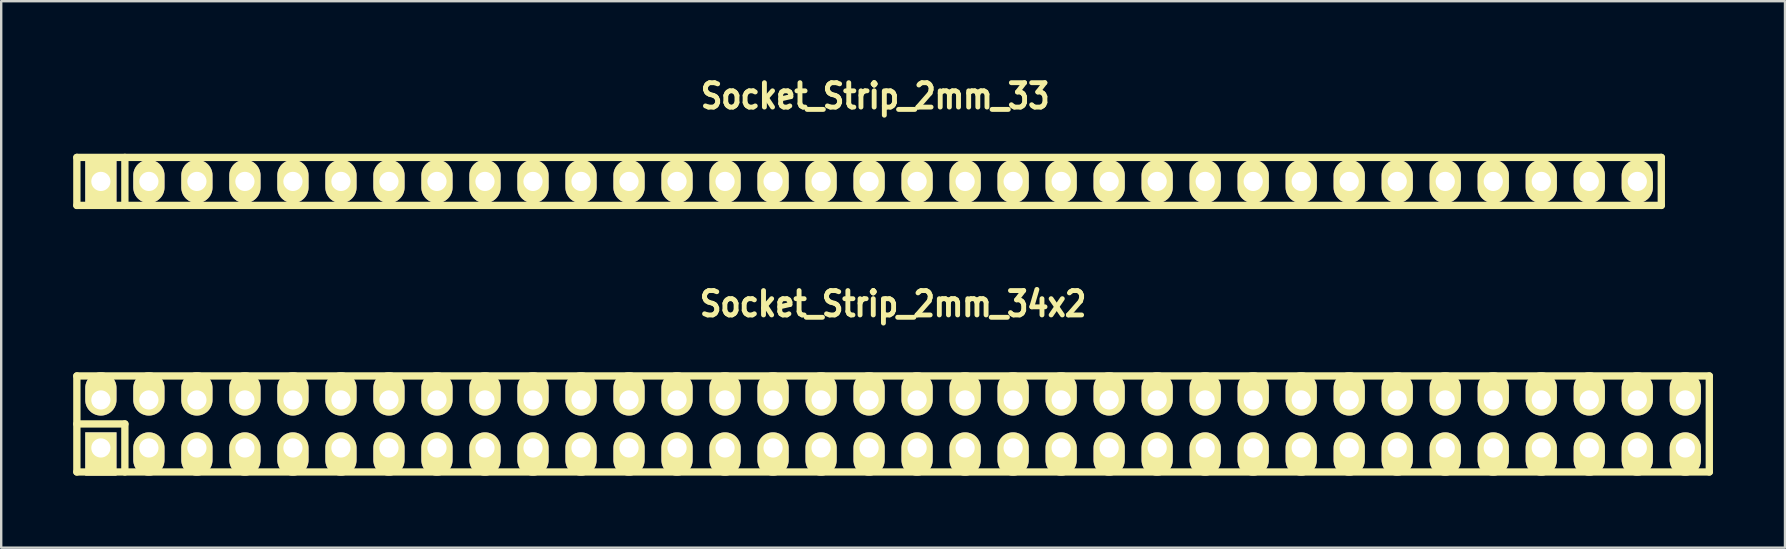
<source format=kicad_pcb>
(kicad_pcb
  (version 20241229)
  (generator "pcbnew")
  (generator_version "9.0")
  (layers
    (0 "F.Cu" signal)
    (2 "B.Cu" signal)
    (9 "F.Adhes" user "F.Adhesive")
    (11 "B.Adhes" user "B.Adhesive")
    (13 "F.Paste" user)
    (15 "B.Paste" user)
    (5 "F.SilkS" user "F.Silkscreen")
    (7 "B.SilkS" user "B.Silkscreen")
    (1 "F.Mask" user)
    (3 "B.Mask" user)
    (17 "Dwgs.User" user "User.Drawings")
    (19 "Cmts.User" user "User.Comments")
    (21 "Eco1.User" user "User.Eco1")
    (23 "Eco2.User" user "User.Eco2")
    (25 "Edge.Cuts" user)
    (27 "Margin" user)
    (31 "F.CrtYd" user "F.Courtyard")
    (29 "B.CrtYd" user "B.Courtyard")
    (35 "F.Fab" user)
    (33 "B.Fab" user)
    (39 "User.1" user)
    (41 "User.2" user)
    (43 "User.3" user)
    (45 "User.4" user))
  (footprint "Socket_Strip_2mm_34x2"
    (layer "F.Cu")
    (at 34.152 14.61)
    (property "Reference" "Socket_Strip_2mm_34x2" (at 0 -5 0) (layer "F.SilkS") (effects (font (size 1.016 0.889) (thickness 0.203))))
    (attr through_hole)
    (fp_line (start -34 -2) (end 34 -2) (stroke (width 0.305) (type solid)) (layer "F.SilkS"))
    (fp_line (start -34 0) (end -32 0) (stroke (width 0.305) (type solid)) (layer "F.SilkS"))
    (fp_line (start -34 2) (end -34 -2) (stroke (width 0.305) (type solid)) (layer "F.SilkS"))
    (fp_line (start -32 0) (end -32 2) (stroke (width 0.305) (type solid)) (layer "F.SilkS"))
    (fp_line (start 34 -2) (end 34 2) (stroke (width 0.305) (type solid)) (layer "F.SilkS"))
    (fp_line (start 34 2) (end -34 2) (stroke (width 0.305) (type solid)) (layer "F.SilkS"))
    (pad "1" thru_hole rect (at -33 1) (size 1.3 1.8) (drill 0.8 (offset 0 0.25)) (layers "*.Cu" "*.Mask" "F.SilkS"))
    (pad "2" thru_hole oval (at -33 -1) (size 1.3 1.8) (drill 0.8 (offset 0 -0.25)) (layers "*.Cu" "*.Mask" "F.SilkS"))
    (pad "3" thru_hole oval (at -31 1) (size 1.3 1.8) (drill 0.8 (offset 0 0.25)) (layers "*.Cu" "*.Mask" "F.SilkS"))
    (pad "4" thru_hole oval (at -31 -1) (size 1.3 1.8) (drill 0.8 (offset 0 -0.25)) (layers "*.Cu" "*.Mask" "F.SilkS"))
    (pad "5" thru_hole oval (at -29 1) (size 1.3 1.8) (drill 0.8 (offset 0 0.25)) (layers "*.Cu" "*.Mask" "F.SilkS"))
    (pad "6" thru_hole oval (at -29 -1) (size 1.3 1.8) (drill 0.8 (offset 0 -0.25)) (layers "*.Cu" "*.Mask" "F.SilkS"))
    (pad "7" thru_hole oval (at -27 1) (size 1.3 1.8) (drill 0.8 (offset 0 0.25)) (layers "*.Cu" "*.Mask" "F.SilkS"))
    (pad "8" thru_hole oval (at -27 -1) (size 1.3 1.8) (drill 0.8 (offset 0 -0.25)) (layers "*.Cu" "*.Mask" "F.SilkS"))
    (pad "9" thru_hole oval (at -25 1) (size 1.3 1.8) (drill 0.8 (offset 0 0.25)) (layers "*.Cu" "*.Mask" "F.SilkS"))
    (pad "10" thru_hole oval (at -25 -1) (size 1.3 1.8) (drill 0.8 (offset 0 -0.25)) (layers "*.Cu" "*.Mask" "F.SilkS"))
    (pad "11" thru_hole oval (at -23 1) (size 1.3 1.8) (drill 0.8 (offset 0 0.25)) (layers "*.Cu" "*.Mask" "F.SilkS"))
    (pad "12" thru_hole oval (at -23 -1) (size 1.3 1.8) (drill 0.8 (offset 0 -0.25)) (layers "*.Cu" "*.Mask" "F.SilkS"))
    (pad "13" thru_hole oval (at -21 1) (size 1.3 1.8) (drill 0.8 (offset 0 0.25)) (layers "*.Cu" "*.Mask" "F.SilkS"))
    (pad "14" thru_hole oval (at -21 -1) (size 1.3 1.8) (drill 0.8 (offset 0 -0.25)) (layers "*.Cu" "*.Mask" "F.SilkS"))
    (pad "15" thru_hole oval (at -19 1) (size 1.3 1.8) (drill 0.8 (offset 0 0.25)) (layers "*.Cu" "*.Mask" "F.SilkS"))
    (pad "16" thru_hole oval (at -19 -1) (size 1.3 1.8) (drill 0.8 (offset 0 -0.25)) (layers "*.Cu" "*.Mask" "F.SilkS"))
    (pad "17" thru_hole oval (at -17 1) (size 1.3 1.8) (drill 0.8 (offset 0 0.25)) (layers "*.Cu" "*.Mask" "F.SilkS"))
    (pad "18" thru_hole oval (at -17 -1) (size 1.3 1.8) (drill 0.8 (offset 0 -0.25)) (layers "*.Cu" "*.Mask" "F.SilkS"))
    (pad "19" thru_hole oval (at -15 1) (size 1.3 1.8) (drill 0.8 (offset 0 0.25)) (layers "*.Cu" "*.Mask" "F.SilkS"))
    (pad "20" thru_hole oval (at -15 -1) (size 1.3 1.8) (drill 0.8 (offset 0 -0.25)) (layers "*.Cu" "*.Mask" "F.SilkS"))
    (pad "21" thru_hole oval (at -13 1) (size 1.3 1.8) (drill 0.8 (offset 0 0.25)) (layers "*.Cu" "*.Mask" "F.SilkS"))
    (pad "22" thru_hole oval (at -13 -1) (size 1.3 1.8) (drill 0.8 (offset 0 -0.25)) (layers "*.Cu" "*.Mask" "F.SilkS"))
    (pad "23" thru_hole oval (at -11 1) (size 1.3 1.8) (drill 0.8 (offset 0 0.25)) (layers "*.Cu" "*.Mask" "F.SilkS"))
    (pad "24" thru_hole oval (at -11 -1) (size 1.3 1.8) (drill 0.8 (offset 0 -0.25)) (layers "*.Cu" "*.Mask" "F.SilkS"))
    (pad "25" thru_hole oval (at -9 1) (size 1.3 1.8) (drill 0.8 (offset 0 0.25)) (layers "*.Cu" "*.Mask" "F.SilkS"))
    (pad "26" thru_hole oval (at -9 -1) (size 1.3 1.8) (drill 0.8 (offset 0 -0.25)) (layers "*.Cu" "*.Mask" "F.SilkS"))
    (pad "27" thru_hole oval (at -7 1) (size 1.3 1.8) (drill 0.8 (offset 0 0.25)) (layers "*.Cu" "*.Mask" "F.SilkS"))
    (pad "28" thru_hole oval (at -7 -1) (size 1.3 1.8) (drill 0.8 (offset 0 -0.25)) (layers "*.Cu" "*.Mask" "F.SilkS"))
    (pad "29" thru_hole oval (at -5 1) (size 1.3 1.8) (drill 0.8 (offset 0 0.25)) (layers "*.Cu" "*.Mask" "F.SilkS"))
    (pad "30" thru_hole oval (at -5 -1) (size 1.3 1.8) (drill 0.8 (offset 0 -0.25)) (layers "*.Cu" "*.Mask" "F.SilkS"))
    (pad "31" thru_hole oval (at -3 1) (size 1.3 1.8) (drill 0.8 (offset 0 0.25)) (layers "*.Cu" "*.Mask" "F.SilkS"))
    (pad "32" thru_hole oval (at -3 -1) (size 1.3 1.8) (drill 0.8 (offset 0 -0.25)) (layers "*.Cu" "*.Mask" "F.SilkS"))
    (pad "33" thru_hole oval (at -1 1) (size 1.3 1.8) (drill 0.8 (offset 0 0.25)) (layers "*.Cu" "*.Mask" "F.SilkS"))
    (pad "34" thru_hole oval (at -1 -1) (size 1.3 1.8) (drill 0.8 (offset 0 -0.25)) (layers "*.Cu" "*.Mask" "F.SilkS"))
    (pad "35" thru_hole oval (at 1 1) (size 1.3 1.8) (drill 0.8 (offset 0 0.25)) (layers "*.Cu" "*.Mask" "F.SilkS"))
    (pad "36" thru_hole oval (at 1 -1) (size 1.3 1.8) (drill 0.8 (offset 0 -0.25)) (layers "*.Cu" "*.Mask" "F.SilkS"))
    (pad "37" thru_hole oval (at 3 1) (size 1.3 1.8) (drill 0.8 (offset 0 0.25)) (layers "*.Cu" "*.Mask" "F.SilkS"))
    (pad "38" thru_hole oval (at 3 -1) (size 1.3 1.8) (drill 0.8 (offset 0 -0.25)) (layers "*.Cu" "*.Mask" "F.SilkS"))
    (pad "39" thru_hole oval (at 5 1) (size 1.3 1.8) (drill 0.8 (offset 0 0.25)) (layers "*.Cu" "*.Mask" "F.SilkS"))
    (pad "40" thru_hole oval (at 5 -1) (size 1.3 1.8) (drill 0.8 (offset 0 -0.25)) (layers "*.Cu" "*.Mask" "F.SilkS"))
    (pad "41" thru_hole oval (at 7 1) (size 1.3 1.8) (drill 0.8 (offset 0 0.25)) (layers "*.Cu" "*.Mask" "F.SilkS"))
    (pad "42" thru_hole oval (at 7 -1) (size 1.3 1.8) (drill 0.8 (offset 0 -0.25)) (layers "*.Cu" "*.Mask" "F.SilkS"))
    (pad "43" thru_hole oval (at 9 1) (size 1.3 1.8) (drill 0.8 (offset 0 0.25)) (layers "*.Cu" "*.Mask" "F.SilkS"))
    (pad "44" thru_hole oval (at 9 -1) (size 1.3 1.8) (drill 0.8 (offset 0 -0.25)) (layers "*.Cu" "*.Mask" "F.SilkS"))
    (pad "45" thru_hole oval (at 11 1) (size 1.3 1.8) (drill 0.8 (offset 0 0.25)) (layers "*.Cu" "*.Mask" "F.SilkS"))
    (pad "46" thru_hole oval (at 11 -1) (size 1.3 1.8) (drill 0.8 (offset 0 -0.25)) (layers "*.Cu" "*.Mask" "F.SilkS"))
    (pad "47" thru_hole oval (at 13 1) (size 1.3 1.8) (drill 0.8 (offset 0 0.25)) (layers "*.Cu" "*.Mask" "F.SilkS"))
    (pad "48" thru_hole oval (at 13 -1) (size 1.3 1.8) (drill 0.8 (offset 0 -0.25)) (layers "*.Cu" "*.Mask" "F.SilkS"))
    (pad "49" thru_hole oval (at 15 1) (size 1.3 1.8) (drill 0.8 (offset 0 0.25)) (layers "*.Cu" "*.Mask" "F.SilkS"))
    (pad "50" thru_hole oval (at 15 -1) (size 1.3 1.8) (drill 0.8 (offset 0 -0.25)) (layers "*.Cu" "*.Mask" "F.SilkS"))
    (pad "51" thru_hole oval (at 17 1) (size 1.3 1.8) (drill 0.8 (offset 0 0.25)) (layers "*.Cu" "*.Mask" "F.SilkS"))
    (pad "52" thru_hole oval (at 17 -1) (size 1.3 1.8) (drill 0.8 (offset 0 -0.25)) (layers "*.Cu" "*.Mask" "F.SilkS"))
    (pad "53" thru_hole oval (at 19 1) (size 1.3 1.8) (drill 0.8 (offset 0 0.25)) (layers "*.Cu" "*.Mask" "F.SilkS"))
    (pad "54" thru_hole oval (at 19 -1) (size 1.3 1.8) (drill 0.8 (offset 0 -0.25)) (layers "*.Cu" "*.Mask" "F.SilkS"))
    (pad "55" thru_hole oval (at 21 1) (size 1.3 1.8) (drill 0.8 (offset 0 0.25)) (layers "*.Cu" "*.Mask" "F.SilkS"))
    (pad "56" thru_hole oval (at 21 -1) (size 1.3 1.8) (drill 0.8 (offset 0 -0.25)) (layers "*.Cu" "*.Mask" "F.SilkS"))
    (pad "57" thru_hole oval (at 23 1) (size 1.3 1.8) (drill 0.8 (offset 0 0.25)) (layers "*.Cu" "*.Mask" "F.SilkS"))
    (pad "58" thru_hole oval (at 23 -1) (size 1.3 1.8) (drill 0.8 (offset 0 -0.25)) (layers "*.Cu" "*.Mask" "F.SilkS"))
    (pad "59" thru_hole oval (at 25 1) (size 1.3 1.8) (drill 0.8 (offset 0 0.25)) (layers "*.Cu" "*.Mask" "F.SilkS"))
    (pad "60" thru_hole oval (at 25 -1) (size 1.3 1.8) (drill 0.8 (offset 0 -0.25)) (layers "*.Cu" "*.Mask" "F.SilkS"))
    (pad "61" thru_hole oval (at 27 1) (size 1.3 1.8) (drill 0.8 (offset 0 0.25)) (layers "*.Cu" "*.Mask" "F.SilkS"))
    (pad "62" thru_hole oval (at 27 -1) (size 1.3 1.8) (drill 0.8 (offset 0 -0.25)) (layers "*.Cu" "*.Mask" "F.SilkS"))
    (pad "63" thru_hole oval (at 29 1) (size 1.3 1.8) (drill 0.8 (offset 0 0.25)) (layers "*.Cu" "*.Mask" "F.SilkS"))
    (pad "64" thru_hole oval (at 29 -1) (size 1.3 1.8) (drill 0.8 (offset 0 -0.25)) (layers "*.Cu" "*.Mask" "F.SilkS"))
    (pad "65" thru_hole oval (at 31 1) (size 1.3 1.8) (drill 0.8 (offset 0 0.25)) (layers "*.Cu" "*.Mask" "F.SilkS"))
    (pad "66" thru_hole oval (at 31 -1) (size 1.3 1.8) (drill 0.8 (offset 0 -0.25)) (layers "*.Cu" "*.Mask" "F.SilkS"))
    (pad "67" thru_hole oval (at 33 1) (size 1.3 1.8) (drill 0.8 (offset 0 0.25)) (layers "*.Cu" "*.Mask" "F.SilkS"))
    (pad "68" thru_hole oval (at 33 -1) (size 1.3 1.8) (drill 0.8 (offset 0 -0.25)) (layers "*.Cu" "*.Mask" "F.SilkS")))
  (footprint "Socket_Strip_2mm_33"
    (layer "F.Cu")
    (at 33.152 4.507)
    (property "Reference" "Socket_Strip_2mm_33" (at 0.254 -3.556 0) (layer "F.SilkS") (effects (font (size 1.016 0.889) (thickness 0.203))))
    (attr through_hole)
    (fp_line (start -33 -1) (end 33 -1) (stroke (width 0.305) (type solid)) (layer "F.SilkS"))
    (fp_line (start -33 1) (end -33 -1) (stroke (width 0.305) (type solid)) (layer "F.SilkS"))
    (fp_line (start -31 -1) (end -31 1) (stroke (width 0.305) (type solid)) (layer "F.SilkS"))
    (fp_line (start 33 -1) (end 33 1) (stroke (width 0.305) (type solid)) (layer "F.SilkS"))
    (fp_line (start 33 1) (end -33 1) (stroke (width 0.305) (type solid)) (layer "F.SilkS"))
    (pad "1" thru_hole rect (at -32 0) (size 1.3 1.8) (drill 0.8) (layers "*.Cu" "*.Mask" "F.SilkS"))
    (pad "2" thru_hole oval (at -30 0) (size 1.3 1.8) (drill 0.8) (layers "*.Cu" "*.Mask" "F.SilkS"))
    (pad "3" thru_hole oval (at -28 0) (size 1.3 1.8) (drill 0.8) (layers "*.Cu" "*.Mask" "F.SilkS"))
    (pad "4" thru_hole oval (at -26 0) (size 1.3 1.8) (drill 0.8) (layers "*.Cu" "*.Mask" "F.SilkS"))
    (pad "5" thru_hole oval (at -24 0) (size 1.3 1.8) (drill 0.8) (layers "*.Cu" "*.Mask" "F.SilkS"))
    (pad "6" thru_hole oval (at -22 0) (size 1.3 1.8) (drill 0.8) (layers "*.Cu" "*.Mask" "F.SilkS"))
    (pad "7" thru_hole oval (at -20 0) (size 1.3 1.8) (drill 0.8) (layers "*.Cu" "*.Mask" "F.SilkS"))
    (pad "8" thru_hole oval (at -18 0) (size 1.3 1.8) (drill 0.8) (layers "*.Cu" "*.Mask" "F.SilkS"))
    (pad "9" thru_hole oval (at -16 0) (size 1.3 1.8) (drill 0.8) (layers "*.Cu" "*.Mask" "F.SilkS"))
    (pad "10" thru_hole oval (at -14 0) (size 1.3 1.8) (drill 0.8) (layers "*.Cu" "*.Mask" "F.SilkS"))
    (pad "11" thru_hole oval (at -12 0) (size 1.3 1.8) (drill 0.8) (layers "*.Cu" "*.Mask" "F.SilkS"))
    (pad "12" thru_hole oval (at -10 0) (size 1.3 1.8) (drill 0.8) (layers "*.Cu" "*.Mask" "F.SilkS"))
    (pad "13" thru_hole oval (at -8 0) (size 1.3 1.8) (drill 0.8) (layers "*.Cu" "*.Mask" "F.SilkS"))
    (pad "14" thru_hole oval (at -6 0) (size 1.3 1.8) (drill 0.8) (layers "*.Cu" "*.Mask" "F.SilkS"))
    (pad "15" thru_hole oval (at -4 0) (size 1.3 1.8) (drill 0.8) (layers "*.Cu" "*.Mask" "F.SilkS"))
    (pad "16" thru_hole oval (at -2 0) (size 1.3 1.8) (drill 0.8) (layers "*.Cu" "*.Mask" "F.SilkS"))
    (pad "17" thru_hole oval (at 0 0) (size 1.3 1.8) (drill 0.8) (layers "*.Cu" "*.Mask" "F.SilkS"))
    (pad "18" thru_hole oval (at 2 0) (size 1.3 1.8) (drill 0.8) (layers "*.Cu" "*.Mask" "F.SilkS"))
    (pad "19" thru_hole oval (at 4 0) (size 1.3 1.8) (drill 0.8) (layers "*.Cu" "*.Mask" "F.SilkS"))
    (pad "20" thru_hole oval (at 6 0) (size 1.3 1.8) (drill 0.8) (layers "*.Cu" "*.Mask" "F.SilkS"))
    (pad "21" thru_hole oval (at 8 0) (size 1.3 1.8) (drill 0.8) (layers "*.Cu" "*.Mask" "F.SilkS"))
    (pad "22" thru_hole oval (at 10 0) (size 1.3 1.8) (drill 0.8) (layers "*.Cu" "*.Mask" "F.SilkS"))
    (pad "23" thru_hole oval (at 12 0) (size 1.3 1.8) (drill 0.8) (layers "*.Cu" "*.Mask" "F.SilkS"))
    (pad "24" thru_hole oval (at 14 0) (size 1.3 1.8) (drill 0.8) (layers "*.Cu" "*.Mask" "F.SilkS"))
    (pad "25" thru_hole oval (at 16 0) (size 1.3 1.8) (drill 0.8) (layers "*.Cu" "*.Mask" "F.SilkS"))
    (pad "26" thru_hole oval (at 18 0) (size 1.3 1.8) (drill 0.8) (layers "*.Cu" "*.Mask" "F.SilkS"))
    (pad "27" thru_hole oval (at 20 0) (size 1.3 1.8) (drill 0.8) (layers "*.Cu" "*.Mask" "F.SilkS"))
    (pad "28" thru_hole oval (at 22 0) (size 1.3 1.8) (drill 0.8) (layers "*.Cu" "*.Mask" "F.SilkS"))
    (pad "29" thru_hole oval (at 24 0) (size 1.3 1.8) (drill 0.8) (layers "*.Cu" "*.Mask" "F.SilkS"))
    (pad "30" thru_hole oval (at 26 0) (size 1.3 1.8) (drill 0.8) (layers "*.Cu" "*.Mask" "F.SilkS"))
    (pad "31" thru_hole oval (at 28 0) (size 1.3 1.8) (drill 0.8) (layers "*.Cu" "*.Mask" "F.SilkS"))
    (pad "32" thru_hole oval (at 30 0) (size 1.3 1.8) (drill 0.8) (layers "*.Cu" "*.Mask" "F.SilkS"))
    (pad "33" thru_hole oval (at 32 0) (size 1.3 1.8) (drill 0.8) (layers "*.Cu" "*.Mask" "F.SilkS")))
  (gr_rect
    (start -3 -3)
    (end 71.305 19.763)
    (stroke (width 0.1) (type default))
    (fill no)
    (layer "Edge.Cuts")))
</source>
